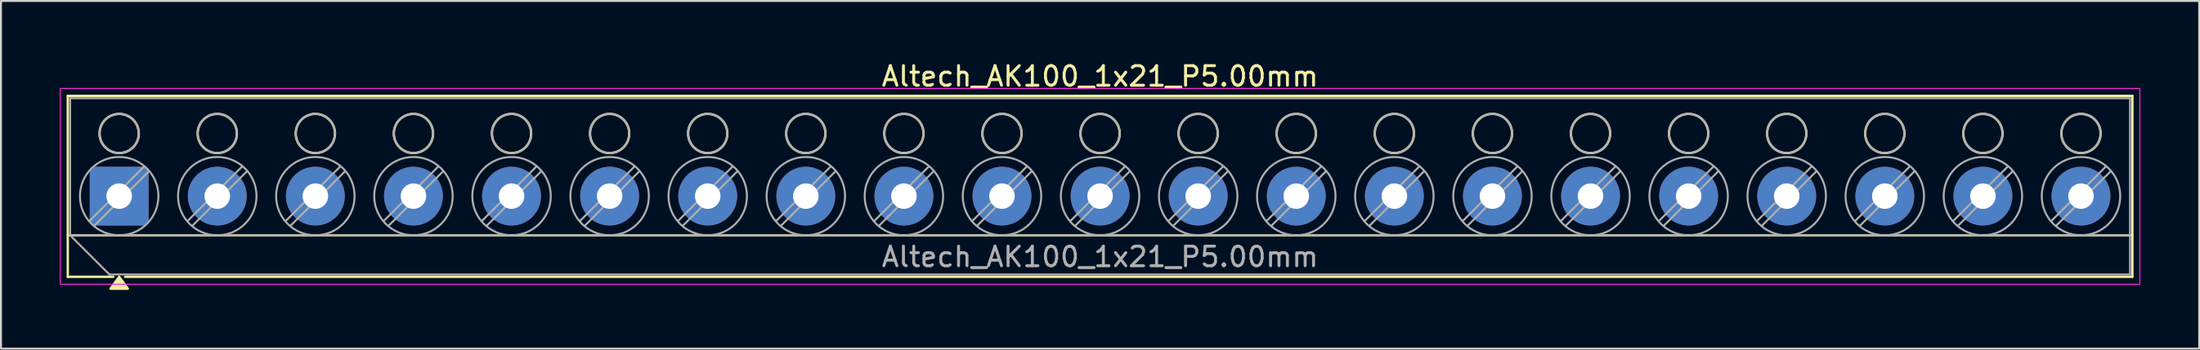
<source format=kicad_pcb>
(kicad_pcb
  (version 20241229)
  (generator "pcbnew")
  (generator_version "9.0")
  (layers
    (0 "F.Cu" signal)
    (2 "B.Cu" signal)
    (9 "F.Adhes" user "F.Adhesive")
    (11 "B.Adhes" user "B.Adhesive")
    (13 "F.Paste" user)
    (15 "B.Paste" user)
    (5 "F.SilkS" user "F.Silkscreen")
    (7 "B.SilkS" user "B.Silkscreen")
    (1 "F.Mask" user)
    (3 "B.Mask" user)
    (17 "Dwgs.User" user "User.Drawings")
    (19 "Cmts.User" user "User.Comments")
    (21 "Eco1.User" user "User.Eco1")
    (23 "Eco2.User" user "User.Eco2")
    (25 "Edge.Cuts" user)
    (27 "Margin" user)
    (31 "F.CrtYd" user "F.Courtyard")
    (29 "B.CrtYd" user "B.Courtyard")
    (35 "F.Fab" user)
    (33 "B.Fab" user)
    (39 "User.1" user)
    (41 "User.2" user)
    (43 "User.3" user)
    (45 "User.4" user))
  (footprint "Altech_AK100_1x21_P5.00mm"
    (layer "F.Cu")
    (at 3.025 6.968)
    (property "Reference" "Altech_AK100_1x21_P5.00mm" (at 50 -6.12 0) (layer "F.SilkS") (effects (font (size 1 1) (thickness 0.15))))
    (attr through_hole)
    (fp_line (start -2.62 -5.12) (end 102.62 -5.12) (stroke (width 0.12) (type solid)) (layer "F.SilkS"))
    (fp_line (start -2.62 2) (end 102.62 2) (stroke (width 0.12) (type solid)) (layer "F.SilkS"))
    (fp_line (start -2.62 4.12) (end -2.62 -5.12) (stroke (width 0.12) (type solid)) (layer "F.SilkS"))
    (fp_line (start -0.3 4.12) (end -2.62 4.12) (stroke (width 0.12) (type solid)) (layer "F.SilkS"))
    (fp_line (start 102.62 -5.12) (end 102.62 4.12) (stroke (width 0.12) (type solid)) (layer "F.SilkS"))
    (fp_line (start 102.62 4.12) (end 0.3 4.12) (stroke (width 0.12) (type solid)) (layer "F.SilkS"))
    (fp_circle (center 0 -3.2) (end 1 -3.2) (stroke (width 0.12) (type solid)) (fill no) (layer "F.SilkS"))
    (fp_circle (center 5 -3.2) (end 6 -3.2) (stroke (width 0.12) (type solid)) (fill no) (layer "F.SilkS"))
    (fp_circle (center 10 -3.2) (end 11 -3.2) (stroke (width 0.12) (type solid)) (fill no) (layer "F.SilkS"))
    (fp_circle (center 15 -3.2) (end 16 -3.2) (stroke (width 0.12) (type solid)) (fill no) (layer "F.SilkS"))
    (fp_circle (center 20 -3.2) (end 21 -3.2) (stroke (width 0.12) (type solid)) (fill no) (layer "F.SilkS"))
    (fp_circle (center 25 -3.2) (end 26 -3.2) (stroke (width 0.12) (type solid)) (fill no) (layer "F.SilkS"))
    (fp_circle (center 30 -3.2) (end 31 -3.2) (stroke (width 0.12) (type solid)) (fill no) (layer "F.SilkS"))
    (fp_circle (center 35 -3.2) (end 36 -3.2) (stroke (width 0.12) (type solid)) (fill no) (layer "F.SilkS"))
    (fp_circle (center 40 -3.2) (end 41 -3.2) (stroke (width 0.12) (type solid)) (fill no) (layer "F.SilkS"))
    (fp_circle (center 45 -3.2) (end 46 -3.2) (stroke (width 0.12) (type solid)) (fill no) (layer "F.SilkS"))
    (fp_circle (center 50 -3.2) (end 51 -3.2) (stroke (width 0.12) (type solid)) (fill no) (layer "F.SilkS"))
    (fp_circle (center 55 -3.2) (end 56 -3.2) (stroke (width 0.12) (type solid)) (fill no) (layer "F.SilkS"))
    (fp_circle (center 60 -3.2) (end 61 -3.2) (stroke (width 0.12) (type solid)) (fill no) (layer "F.SilkS"))
    (fp_circle (center 65 -3.2) (end 66 -3.2) (stroke (width 0.12) (type solid)) (fill no) (layer "F.SilkS"))
    (fp_circle (center 70 -3.2) (end 71 -3.2) (stroke (width 0.12) (type solid)) (fill no) (layer "F.SilkS"))
    (fp_circle (center 75 -3.2) (end 76 -3.2) (stroke (width 0.12) (type solid)) (fill no) (layer "F.SilkS"))
    (fp_circle (center 80 -3.2) (end 81 -3.2) (stroke (width 0.12) (type solid)) (fill no) (layer "F.SilkS"))
    (fp_circle (center 85 -3.2) (end 86 -3.2) (stroke (width 0.12) (type solid)) (fill no) (layer "F.SilkS"))
    (fp_circle (center 90 -3.2) (end 91 -3.2) (stroke (width 0.12) (type solid)) (fill no) (layer "F.SilkS"))
    (fp_circle (center 95 -3.2) (end 96 -3.2) (stroke (width 0.12) (type solid)) (fill no) (layer "F.SilkS"))
    (fp_circle (center 100 -3.2) (end 101 -3.2) (stroke (width 0.12) (type solid)) (fill no) (layer "F.SilkS"))
    (fp_poly (pts (xy 0 4.12) (xy 0.44 4.73) (xy -0.44 4.73)) (stroke (width 0.12) (type solid)) (fill yes) (layer "F.SilkS"))
    (fp_line (start -3 -5.5) (end -3 4.5) (stroke (width 0.05) (type solid)) (layer "F.CrtYd"))
    (fp_line (start -3 4.5) (end 103 4.5) (stroke (width 0.05) (type solid)) (layer "F.CrtYd"))
    (fp_line (start 103 -5.5) (end -3 -5.5) (stroke (width 0.05) (type solid)) (layer "F.CrtYd"))
    (fp_line (start 103 4.5) (end 103 -5.5) (stroke (width 0.05) (type solid)) (layer "F.CrtYd"))
    (fp_line (start -2.5 -5) (end 102.5 -5) (stroke (width 0.1) (type solid)) (layer "F.Fab"))
    (fp_line (start -2.5 2) (end -2.5 -5) (stroke (width 0.1) (type solid)) (layer "F.Fab"))
    (fp_line (start -2.5 2) (end 102.5 2) (stroke (width 0.1) (type solid)) (layer "F.Fab"))
    (fp_line (start -0.5 4) (end -2.5 2) (stroke (width 0.1) (type solid)) (layer "F.Fab"))
    (fp_line (start 1.273 -1.517) (end -1.517 1.273) (stroke (width 0.1) (type solid)) (layer "F.Fab"))
    (fp_line (start 1.517 -1.273) (end -1.273 1.517) (stroke (width 0.1) (type solid)) (layer "F.Fab"))
    (fp_line (start 6.273 -1.517) (end 3.483 1.273) (stroke (width 0.1) (type solid)) (layer "F.Fab"))
    (fp_line (start 6.517 -1.273) (end 3.727 1.517) (stroke (width 0.1) (type solid)) (layer "F.Fab"))
    (fp_line (start 11.273 -1.517) (end 8.483 1.273) (stroke (width 0.1) (type solid)) (layer "F.Fab"))
    (fp_line (start 11.517 -1.273) (end 8.727 1.517) (stroke (width 0.1) (type solid)) (layer "F.Fab"))
    (fp_line (start 16.273 -1.517) (end 13.483 1.273) (stroke (width 0.1) (type solid)) (layer "F.Fab"))
    (fp_line (start 16.517 -1.273) (end 13.727 1.517) (stroke (width 0.1) (type solid)) (layer "F.Fab"))
    (fp_line (start 21.273 -1.517) (end 18.483 1.273) (stroke (width 0.1) (type solid)) (layer "F.Fab"))
    (fp_line (start 21.517 -1.273) (end 18.727 1.517) (stroke (width 0.1) (type solid)) (layer "F.Fab"))
    (fp_line (start 26.273 -1.517) (end 23.483 1.273) (stroke (width 0.1) (type solid)) (layer "F.Fab"))
    (fp_line (start 26.517 -1.273) (end 23.727 1.517) (stroke (width 0.1) (type solid)) (layer "F.Fab"))
    (fp_line (start 31.273 -1.517) (end 28.483 1.273) (stroke (width 0.1) (type solid)) (layer "F.Fab"))
    (fp_line (start 31.517 -1.273) (end 28.727 1.517) (stroke (width 0.1) (type solid)) (layer "F.Fab"))
    (fp_line (start 36.273 -1.517) (end 33.483 1.273) (stroke (width 0.1) (type solid)) (layer "F.Fab"))
    (fp_line (start 36.517 -1.273) (end 33.727 1.517) (stroke (width 0.1) (type solid)) (layer "F.Fab"))
    (fp_line (start 41.273 -1.517) (end 38.483 1.273) (stroke (width 0.1) (type solid)) (layer "F.Fab"))
    (fp_line (start 41.517 -1.273) (end 38.727 1.517) (stroke (width 0.1) (type solid)) (layer "F.Fab"))
    (fp_line (start 46.273 -1.517) (end 43.483 1.273) (stroke (width 0.1) (type solid)) (layer "F.Fab"))
    (fp_line (start 46.517 -1.273) (end 43.727 1.517) (stroke (width 0.1) (type solid)) (layer "F.Fab"))
    (fp_line (start 51.273 -1.517) (end 48.483 1.273) (stroke (width 0.1) (type solid)) (layer "F.Fab"))
    (fp_line (start 51.517 -1.273) (end 48.727 1.517) (stroke (width 0.1) (type solid)) (layer "F.Fab"))
    (fp_line (start 56.273 -1.517) (end 53.483 1.273) (stroke (width 0.1) (type solid)) (layer "F.Fab"))
    (fp_line (start 56.517 -1.273) (end 53.727 1.517) (stroke (width 0.1) (type solid)) (layer "F.Fab"))
    (fp_line (start 61.273 -1.517) (end 58.483 1.273) (stroke (width 0.1) (type solid)) (layer "F.Fab"))
    (fp_line (start 61.517 -1.273) (end 58.727 1.517) (stroke (width 0.1) (type solid)) (layer "F.Fab"))
    (fp_line (start 66.273 -1.517) (end 63.483 1.273) (stroke (width 0.1) (type solid)) (layer "F.Fab"))
    (fp_line (start 66.517 -1.273) (end 63.727 1.517) (stroke (width 0.1) (type solid)) (layer "F.Fab"))
    (fp_line (start 71.273 -1.517) (end 68.483 1.273) (stroke (width 0.1) (type solid)) (layer "F.Fab"))
    (fp_line (start 71.517 -1.273) (end 68.727 1.517) (stroke (width 0.1) (type solid)) (layer "F.Fab"))
    (fp_line (start 76.273 -1.517) (end 73.483 1.273) (stroke (width 0.1) (type solid)) (layer "F.Fab"))
    (fp_line (start 76.517 -1.273) (end 73.727 1.517) (stroke (width 0.1) (type solid)) (layer "F.Fab"))
    (fp_line (start 81.273 -1.517) (end 78.483 1.273) (stroke (width 0.1) (type solid)) (layer "F.Fab"))
    (fp_line (start 81.517 -1.273) (end 78.727 1.517) (stroke (width 0.1) (type solid)) (layer "F.Fab"))
    (fp_line (start 86.273 -1.517) (end 83.483 1.273) (stroke (width 0.1) (type solid)) (layer "F.Fab"))
    (fp_line (start 86.517 -1.273) (end 83.727 1.517) (stroke (width 0.1) (type solid)) (layer "F.Fab"))
    (fp_line (start 91.273 -1.517) (end 88.483 1.273) (stroke (width 0.1) (type solid)) (layer "F.Fab"))
    (fp_line (start 91.517 -1.273) (end 88.727 1.517) (stroke (width 0.1) (type solid)) (layer "F.Fab"))
    (fp_line (start 96.273 -1.517) (end 93.483 1.273) (stroke (width 0.1) (type solid)) (layer "F.Fab"))
    (fp_line (start 96.517 -1.273) (end 93.727 1.517) (stroke (width 0.1) (type solid)) (layer "F.Fab"))
    (fp_line (start 101.273 -1.517) (end 98.483 1.273) (stroke (width 0.1) (type solid)) (layer "F.Fab"))
    (fp_line (start 101.517 -1.273) (end 98.727 1.517) (stroke (width 0.1) (type solid)) (layer "F.Fab"))
    (fp_line (start 102.5 -5) (end 102.5 4) (stroke (width 0.1) (type solid)) (layer "F.Fab"))
    (fp_line (start 102.5 4) (end -0.5 4) (stroke (width 0.1) (type solid)) (layer "F.Fab"))
    (fp_circle (center 0 -3.2) (end 1 -3.2) (stroke (width 0.1) (type solid)) (fill no) (layer "F.Fab"))
    (fp_circle (center 0 0) (end 2 0) (stroke (width 0.1) (type solid)) (fill no) (layer "F.Fab"))
    (fp_circle (center 5 -3.2) (end 6 -3.2) (stroke (width 0.1) (type solid)) (fill no) (layer "F.Fab"))
    (fp_circle (center 5 0) (end 7 0) (stroke (width 0.1) (type solid)) (fill no) (layer "F.Fab"))
    (fp_circle (center 10 -3.2) (end 11 -3.2) (stroke (width 0.1) (type solid)) (fill no) (layer "F.Fab"))
    (fp_circle (center 10 0) (end 12 0) (stroke (width 0.1) (type solid)) (fill no) (layer "F.Fab"))
    (fp_circle (center 15 -3.2) (end 16 -3.2) (stroke (width 0.1) (type solid)) (fill no) (layer "F.Fab"))
    (fp_circle (center 15 0) (end 17 0) (stroke (width 0.1) (type solid)) (fill no) (layer "F.Fab"))
    (fp_circle (center 20 -3.2) (end 21 -3.2) (stroke (width 0.1) (type solid)) (fill no) (layer "F.Fab"))
    (fp_circle (center 20 0) (end 22 0) (stroke (width 0.1) (type solid)) (fill no) (layer "F.Fab"))
    (fp_circle (center 25 -3.2) (end 26 -3.2) (stroke (width 0.1) (type solid)) (fill no) (layer "F.Fab"))
    (fp_circle (center 25 0) (end 27 0) (stroke (width 0.1) (type solid)) (fill no) (layer "F.Fab"))
    (fp_circle (center 30 -3.2) (end 31 -3.2) (stroke (width 0.1) (type solid)) (fill no) (layer "F.Fab"))
    (fp_circle (center 30 0) (end 32 0) (stroke (width 0.1) (type solid)) (fill no) (layer "F.Fab"))
    (fp_circle (center 35 -3.2) (end 36 -3.2) (stroke (width 0.1) (type solid)) (fill no) (layer "F.Fab"))
    (fp_circle (center 35 0) (end 37 0) (stroke (width 0.1) (type solid)) (fill no) (layer "F.Fab"))
    (fp_circle (center 40 -3.2) (end 41 -3.2) (stroke (width 0.1) (type solid)) (fill no) (layer "F.Fab"))
    (fp_circle (center 40 0) (end 42 0) (stroke (width 0.1) (type solid)) (fill no) (layer "F.Fab"))
    (fp_circle (center 45 -3.2) (end 46 -3.2) (stroke (width 0.1) (type solid)) (fill no) (layer "F.Fab"))
    (fp_circle (center 45 0) (end 47 0) (stroke (width 0.1) (type solid)) (fill no) (layer "F.Fab"))
    (fp_circle (center 50 -3.2) (end 51 -3.2) (stroke (width 0.1) (type solid)) (fill no) (layer "F.Fab"))
    (fp_circle (center 50 0) (end 52 0) (stroke (width 0.1) (type solid)) (fill no) (layer "F.Fab"))
    (fp_circle (center 55 -3.2) (end 56 -3.2) (stroke (width 0.1) (type solid)) (fill no) (layer "F.Fab"))
    (fp_circle (center 55 0) (end 57 0) (stroke (width 0.1) (type solid)) (fill no) (layer "F.Fab"))
    (fp_circle (center 60 -3.2) (end 61 -3.2) (stroke (width 0.1) (type solid)) (fill no) (layer "F.Fab"))
    (fp_circle (center 60 0) (end 62 0) (stroke (width 0.1) (type solid)) (fill no) (layer "F.Fab"))
    (fp_circle (center 65 -3.2) (end 66 -3.2) (stroke (width 0.1) (type solid)) (fill no) (layer "F.Fab"))
    (fp_circle (center 65 0) (end 67 0) (stroke (width 0.1) (type solid)) (fill no) (layer "F.Fab"))
    (fp_circle (center 70 -3.2) (end 71 -3.2) (stroke (width 0.1) (type solid)) (fill no) (layer "F.Fab"))
    (fp_circle (center 70 0) (end 72 0) (stroke (width 0.1) (type solid)) (fill no) (layer "F.Fab"))
    (fp_circle (center 75 -3.2) (end 76 -3.2) (stroke (width 0.1) (type solid)) (fill no) (layer "F.Fab"))
    (fp_circle (center 75 0) (end 77 0) (stroke (width 0.1) (type solid)) (fill no) (layer "F.Fab"))
    (fp_circle (center 80 -3.2) (end 81 -3.2) (stroke (width 0.1) (type solid)) (fill no) (layer "F.Fab"))
    (fp_circle (center 80 0) (end 82 0) (stroke (width 0.1) (type solid)) (fill no) (layer "F.Fab"))
    (fp_circle (center 85 -3.2) (end 86 -3.2) (stroke (width 0.1) (type solid)) (fill no) (layer "F.Fab"))
    (fp_circle (center 85 0) (end 87 0) (stroke (width 0.1) (type solid)) (fill no) (layer "F.Fab"))
    (fp_circle (center 90 -3.2) (end 91 -3.2) (stroke (width 0.1) (type solid)) (fill no) (layer "F.Fab"))
    (fp_circle (center 90 0) (end 92 0) (stroke (width 0.1) (type solid)) (fill no) (layer "F.Fab"))
    (fp_circle (center 95 -3.2) (end 96 -3.2) (stroke (width 0.1) (type solid)) (fill no) (layer "F.Fab"))
    (fp_circle (center 95 0) (end 97 0) (stroke (width 0.1) (type solid)) (fill no) (layer "F.Fab"))
    (fp_circle (center 100 -3.2) (end 101 -3.2) (stroke (width 0.1) (type solid)) (fill no) (layer "F.Fab"))
    (fp_circle (center 100 0) (end 102 0) (stroke (width 0.1) (type solid)) (fill no) (layer "F.Fab"))
    (fp_text user "${REFERENCE}" (at 50 3.1 0) (layer "F.Fab") (effects (font (size 1 1) (thickness 0.15))))
    (pad "1" thru_hole roundrect (at 0 0) (size 3 3) (drill 1.3) (layers "*.Cu" "*.Mask") (roundrect_rratio 0.083))
    (pad "2" thru_hole circle (at 5 0) (size 3 3) (drill 1.3) (layers "*.Cu" "*.Mask"))
    (pad "3" thru_hole circle (at 10 0) (size 3 3) (drill 1.3) (layers "*.Cu" "*.Mask"))
    (pad "4" thru_hole circle (at 15 0) (size 3 3) (drill 1.3) (layers "*.Cu" "*.Mask"))
    (pad "5" thru_hole circle (at 20 0) (size 3 3) (drill 1.3) (layers "*.Cu" "*.Mask"))
    (pad "6" thru_hole circle (at 25 0) (size 3 3) (drill 1.3) (layers "*.Cu" "*.Mask"))
    (pad "7" thru_hole circle (at 30 0) (size 3 3) (drill 1.3) (layers "*.Cu" "*.Mask"))
    (pad "8" thru_hole circle (at 35 0) (size 3 3) (drill 1.3) (layers "*.Cu" "*.Mask"))
    (pad "9" thru_hole circle (at 40 0) (size 3 3) (drill 1.3) (layers "*.Cu" "*.Mask"))
    (pad "10" thru_hole circle (at 45 0) (size 3 3) (drill 1.3) (layers "*.Cu" "*.Mask"))
    (pad "11" thru_hole circle (at 50 0) (size 3 3) (drill 1.3) (layers "*.Cu" "*.Mask"))
    (pad "12" thru_hole circle (at 55 0) (size 3 3) (drill 1.3) (layers "*.Cu" "*.Mask"))
    (pad "13" thru_hole circle (at 60 0) (size 3 3) (drill 1.3) (layers "*.Cu" "*.Mask"))
    (pad "14" thru_hole circle (at 65 0) (size 3 3) (drill 1.3) (layers "*.Cu" "*.Mask"))
    (pad "15" thru_hole circle (at 70 0) (size 3 3) (drill 1.3) (layers "*.Cu" "*.Mask"))
    (pad "16" thru_hole circle (at 75 0) (size 3 3) (drill 1.3) (layers "*.Cu" "*.Mask"))
    (pad "17" thru_hole circle (at 80 0) (size 3 3) (drill 1.3) (layers "*.Cu" "*.Mask"))
    (pad "18" thru_hole circle (at 85 0) (size 3 3) (drill 1.3) (layers "*.Cu" "*.Mask"))
    (pad "19" thru_hole circle (at 90 0) (size 3 3) (drill 1.3) (layers "*.Cu" "*.Mask"))
    (pad "20" thru_hole circle (at 95 0) (size 3 3) (drill 1.3) (layers "*.Cu" "*.Mask"))
    (pad "21" thru_hole circle (at 100 0) (size 3 3) (drill 1.3) (layers "*.Cu" "*.Mask")))
  (gr_rect
    (start -3 -3)
    (end 109.05 14.758)
    (stroke (width 0.1) (type default))
    (fill no)
    (layer "Edge.Cuts")))
</source>
